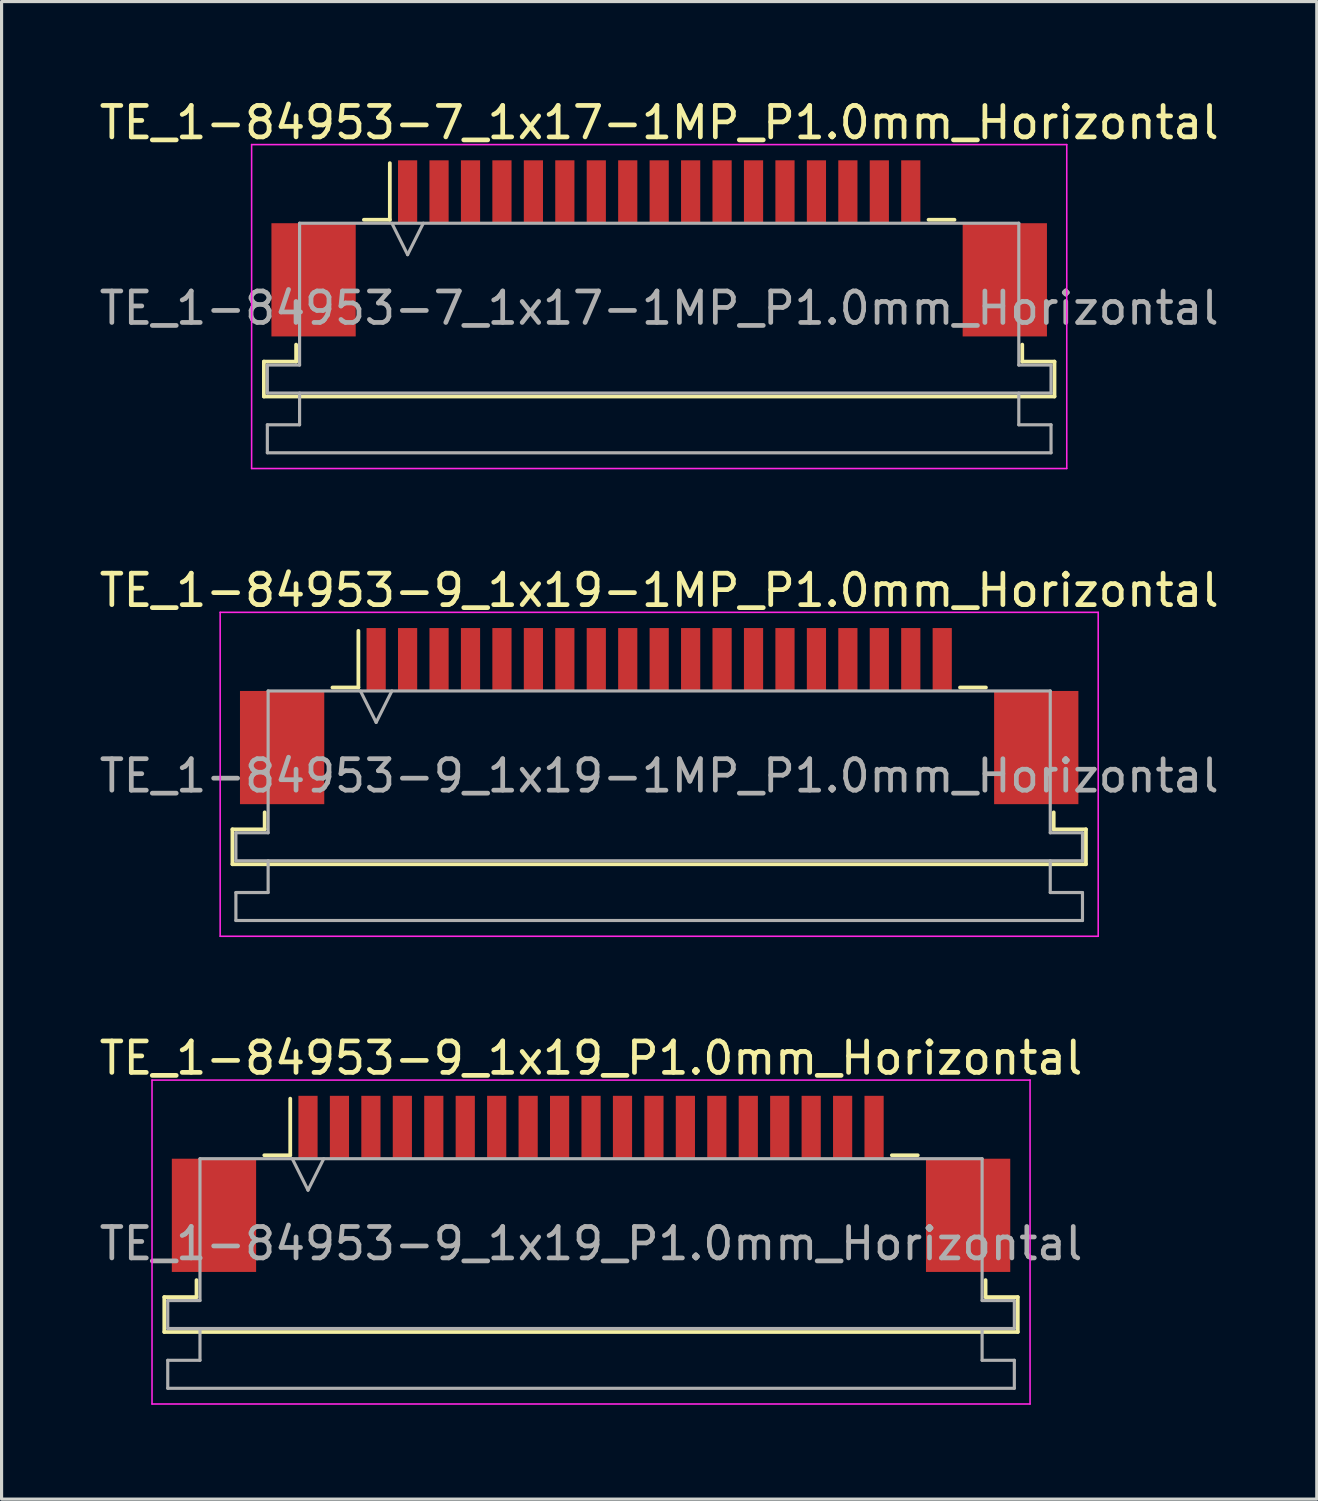
<source format=kicad_pcb>
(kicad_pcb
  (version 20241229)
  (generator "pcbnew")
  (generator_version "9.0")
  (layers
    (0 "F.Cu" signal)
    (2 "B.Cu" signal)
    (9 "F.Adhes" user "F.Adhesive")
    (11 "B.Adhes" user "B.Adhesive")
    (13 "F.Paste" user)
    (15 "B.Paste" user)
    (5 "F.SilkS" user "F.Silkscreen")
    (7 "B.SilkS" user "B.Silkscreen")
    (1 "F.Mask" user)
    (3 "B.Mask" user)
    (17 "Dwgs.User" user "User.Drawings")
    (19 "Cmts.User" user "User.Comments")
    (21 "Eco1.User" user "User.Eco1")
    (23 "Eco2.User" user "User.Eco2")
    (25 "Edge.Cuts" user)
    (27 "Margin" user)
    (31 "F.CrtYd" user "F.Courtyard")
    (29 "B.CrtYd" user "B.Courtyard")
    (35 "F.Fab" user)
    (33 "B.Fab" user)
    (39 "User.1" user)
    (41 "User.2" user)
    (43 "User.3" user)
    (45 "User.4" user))
  (footprint "TE_1-84953-7_1x17-1MP_P1.0mm_Horizontal"
    (layer "F.Cu")
    (at 17.911 4.848)
    (property "Reference" "TE_1-84953-7_1x17-1MP_P1.0mm_Horizontal" (at 0 -4 0) (layer "F.SilkS") (effects (font (size 1 1) (thickness 0.15))))
    (attr smd)
    (fp_line (start -12.57 3.6) (end -11.545 3.6) (stroke (width 0.12) (type solid)) (layer "F.SilkS"))
    (fp_line (start -12.57 4.71) (end -12.57 3.6) (stroke (width 0.12) (type solid)) (layer "F.SilkS"))
    (fp_line (start -11.545 3.6) (end -11.545 3.06) (stroke (width 0.12) (type solid)) (layer "F.SilkS"))
    (fp_line (start -9.39 -0.91) (end -8.565 -0.91) (stroke (width 0.12) (type solid)) (layer "F.SilkS"))
    (fp_line (start -8.565 -0.91) (end -8.565 -2.71) (stroke (width 0.12) (type solid)) (layer "F.SilkS"))
    (fp_line (start 8.565 -0.91) (end 9.39 -0.91) (stroke (width 0.12) (type solid)) (layer "F.SilkS"))
    (fp_line (start 11.545 3.06) (end 11.545 3.6) (stroke (width 0.12) (type solid)) (layer "F.SilkS"))
    (fp_line (start 11.545 3.6) (end 12.57 3.6) (stroke (width 0.12) (type solid)) (layer "F.SilkS"))
    (fp_line (start 12.57 3.6) (end 12.57 4.71) (stroke (width 0.12) (type solid)) (layer "F.SilkS"))
    (fp_line (start 12.57 4.71) (end -12.57 4.71) (stroke (width 0.12) (type solid)) (layer "F.SilkS"))
    (fp_line (start -12.96 -3.3) (end -12.96 7) (stroke (width 0.05) (type solid)) (layer "F.CrtYd"))
    (fp_line (start -12.96 7) (end 12.96 7) (stroke (width 0.05) (type solid)) (layer "F.CrtYd"))
    (fp_line (start 12.96 -3.3) (end -12.96 -3.3) (stroke (width 0.05) (type solid)) (layer "F.CrtYd"))
    (fp_line (start 12.96 7) (end 12.96 -3.3) (stroke (width 0.05) (type solid)) (layer "F.CrtYd"))
    (fp_line (start -12.46 3.71) (end -11.435 3.71) (stroke (width 0.1) (type solid)) (layer "F.Fab"))
    (fp_line (start -12.46 4.6) (end -12.46 3.71) (stroke (width 0.1) (type solid)) (layer "F.Fab"))
    (fp_line (start -12.46 5.61) (end -11.435 5.61) (stroke (width 0.1) (type solid)) (layer "F.Fab"))
    (fp_line (start -12.46 6.5) (end -12.46 5.61) (stroke (width 0.1) (type solid)) (layer "F.Fab"))
    (fp_line (start -11.435 -0.8) (end 11.435 -0.8) (stroke (width 0.1) (type solid)) (layer "F.Fab"))
    (fp_line (start -11.435 3.71) (end -11.435 -0.8) (stroke (width 0.1) (type solid)) (layer "F.Fab"))
    (fp_line (start -11.435 5.61) (end -11.435 4.6) (stroke (width 0.1) (type solid)) (layer "F.Fab"))
    (fp_line (start -8.5 -0.8) (end -8 0.2) (stroke (width 0.1) (type solid)) (layer "F.Fab"))
    (fp_line (start -8 0.2) (end -7.5 -0.8) (stroke (width 0.1) (type solid)) (layer "F.Fab"))
    (fp_line (start 11.435 -0.8) (end 11.435 3.71) (stroke (width 0.1) (type solid)) (layer "F.Fab"))
    (fp_line (start 11.435 3.71) (end 12.46 3.71) (stroke (width 0.1) (type solid)) (layer "F.Fab"))
    (fp_line (start 11.435 4.6) (end 11.435 5.61) (stroke (width 0.1) (type solid)) (layer "F.Fab"))
    (fp_line (start 11.435 5.61) (end 12.46 5.61) (stroke (width 0.1) (type solid)) (layer "F.Fab"))
    (fp_line (start 12.46 3.71) (end 12.46 4.6) (stroke (width 0.1) (type solid)) (layer "F.Fab"))
    (fp_line (start 12.46 4.6) (end -12.46 4.6) (stroke (width 0.1) (type solid)) (layer "F.Fab"))
    (fp_line (start 12.46 5.61) (end 12.46 6.5) (stroke (width 0.1) (type solid)) (layer "F.Fab"))
    (fp_line (start 12.46 6.5) (end -12.46 6.5) (stroke (width 0.1) (type solid)) (layer "F.Fab"))
    (fp_text user "${REFERENCE}" (at 0 1.9 0) (layer "F.Fab") (effects (font (size 1 1) (thickness 0.15))))
    (pad "1" smd rect (at -8 -1.8) (size 0.61 2) (layers "F.Cu" "F.Mask" "F.Paste"))
    (pad "2" smd rect (at -7 -1.8) (size 0.61 2) (layers "F.Cu" "F.Mask" "F.Paste"))
    (pad "3" smd rect (at -6 -1.8) (size 0.61 2) (layers "F.Cu" "F.Mask" "F.Paste"))
    (pad "4" smd rect (at -5 -1.8) (size 0.61 2) (layers "F.Cu" "F.Mask" "F.Paste"))
    (pad "5" smd rect (at -4 -1.8) (size 0.61 2) (layers "F.Cu" "F.Mask" "F.Paste"))
    (pad "6" smd rect (at -3 -1.8) (size 0.61 2) (layers "F.Cu" "F.Mask" "F.Paste"))
    (pad "7" smd rect (at -2 -1.8) (size 0.61 2) (layers "F.Cu" "F.Mask" "F.Paste"))
    (pad "8" smd rect (at -1 -1.8) (size 0.61 2) (layers "F.Cu" "F.Mask" "F.Paste"))
    (pad "9" smd rect (at 0 -1.8) (size 0.61 2) (layers "F.Cu" "F.Mask" "F.Paste"))
    (pad "10" smd rect (at 1 -1.8) (size 0.61 2) (layers "F.Cu" "F.Mask" "F.Paste"))
    (pad "11" smd rect (at 2 -1.8) (size 0.61 2) (layers "F.Cu" "F.Mask" "F.Paste"))
    (pad "12" smd rect (at 3 -1.8) (size 0.61 2) (layers "F.Cu" "F.Mask" "F.Paste"))
    (pad "13" smd rect (at 4 -1.8) (size 0.61 2) (layers "F.Cu" "F.Mask" "F.Paste"))
    (pad "14" smd rect (at 5 -1.8) (size 0.61 2) (layers "F.Cu" "F.Mask" "F.Paste"))
    (pad "15" smd rect (at 6 -1.8) (size 0.61 2) (layers "F.Cu" "F.Mask" "F.Paste"))
    (pad "16" smd rect (at 7 -1.8) (size 0.61 2) (layers "F.Cu" "F.Mask" "F.Paste"))
    (pad "17" smd rect (at 8 -1.8) (size 0.61 2) (layers "F.Cu" "F.Mask" "F.Paste"))
    (pad "MP" smd rect (at -10.99 1) (size 2.68 3.6) (layers "F.Cu" "F.Mask" "F.Paste"))
    (pad "MP" smd rect (at 10.99 1) (size 2.68 3.6) (layers "F.Cu" "F.Mask" "F.Paste")))
  (footprint "TE_1-84953-9_1x19-1MP_P1.0mm_Horizontal"
    (layer "F.Cu")
    (at 17.911 19.721)
    (property "Reference" "TE_1-84953-9_1x19-1MP_P1.0mm_Horizontal" (at 0 -4 0) (layer "F.SilkS") (effects (font (size 1 1) (thickness 0.15))))
    (attr smd)
    (fp_line (start -13.57 3.6) (end -12.545 3.6) (stroke (width 0.12) (type solid)) (layer "F.SilkS"))
    (fp_line (start -13.57 4.71) (end -13.57 3.6) (stroke (width 0.12) (type solid)) (layer "F.SilkS"))
    (fp_line (start -12.545 3.6) (end -12.545 3.06) (stroke (width 0.12) (type solid)) (layer "F.SilkS"))
    (fp_line (start -10.39 -0.91) (end -9.565 -0.91) (stroke (width 0.12) (type solid)) (layer "F.SilkS"))
    (fp_line (start -9.565 -0.91) (end -9.565 -2.71) (stroke (width 0.12) (type solid)) (layer "F.SilkS"))
    (fp_line (start 9.565 -0.91) (end 10.39 -0.91) (stroke (width 0.12) (type solid)) (layer "F.SilkS"))
    (fp_line (start 12.545 3.06) (end 12.545 3.6) (stroke (width 0.12) (type solid)) (layer "F.SilkS"))
    (fp_line (start 12.545 3.6) (end 13.57 3.6) (stroke (width 0.12) (type solid)) (layer "F.SilkS"))
    (fp_line (start 13.57 3.6) (end 13.57 4.71) (stroke (width 0.12) (type solid)) (layer "F.SilkS"))
    (fp_line (start 13.57 4.71) (end -13.57 4.71) (stroke (width 0.12) (type solid)) (layer "F.SilkS"))
    (fp_line (start -13.96 -3.3) (end -13.96 7) (stroke (width 0.05) (type solid)) (layer "F.CrtYd"))
    (fp_line (start -13.96 7) (end 13.96 7) (stroke (width 0.05) (type solid)) (layer "F.CrtYd"))
    (fp_line (start 13.96 -3.3) (end -13.96 -3.3) (stroke (width 0.05) (type solid)) (layer "F.CrtYd"))
    (fp_line (start 13.96 7) (end 13.96 -3.3) (stroke (width 0.05) (type solid)) (layer "F.CrtYd"))
    (fp_line (start -13.46 3.71) (end -12.435 3.71) (stroke (width 0.1) (type solid)) (layer "F.Fab"))
    (fp_line (start -13.46 4.6) (end -13.46 3.71) (stroke (width 0.1) (type solid)) (layer "F.Fab"))
    (fp_line (start -13.46 5.61) (end -12.435 5.61) (stroke (width 0.1) (type solid)) (layer "F.Fab"))
    (fp_line (start -13.46 6.5) (end -13.46 5.61) (stroke (width 0.1) (type solid)) (layer "F.Fab"))
    (fp_line (start -12.435 -0.8) (end 12.435 -0.8) (stroke (width 0.1) (type solid)) (layer "F.Fab"))
    (fp_line (start -12.435 3.71) (end -12.435 -0.8) (stroke (width 0.1) (type solid)) (layer "F.Fab"))
    (fp_line (start -12.435 5.61) (end -12.435 4.6) (stroke (width 0.1) (type solid)) (layer "F.Fab"))
    (fp_line (start -9.5 -0.8) (end -9 0.2) (stroke (width 0.1) (type solid)) (layer "F.Fab"))
    (fp_line (start -9 0.2) (end -8.5 -0.8) (stroke (width 0.1) (type solid)) (layer "F.Fab"))
    (fp_line (start 12.435 -0.8) (end 12.435 3.71) (stroke (width 0.1) (type solid)) (layer "F.Fab"))
    (fp_line (start 12.435 3.71) (end 13.46 3.71) (stroke (width 0.1) (type solid)) (layer "F.Fab"))
    (fp_line (start 12.435 4.6) (end 12.435 5.61) (stroke (width 0.1) (type solid)) (layer "F.Fab"))
    (fp_line (start 12.435 5.61) (end 13.46 5.61) (stroke (width 0.1) (type solid)) (layer "F.Fab"))
    (fp_line (start 13.46 3.71) (end 13.46 4.6) (stroke (width 0.1) (type solid)) (layer "F.Fab"))
    (fp_line (start 13.46 4.6) (end -13.46 4.6) (stroke (width 0.1) (type solid)) (layer "F.Fab"))
    (fp_line (start 13.46 5.61) (end 13.46 6.5) (stroke (width 0.1) (type solid)) (layer "F.Fab"))
    (fp_line (start 13.46 6.5) (end -13.46 6.5) (stroke (width 0.1) (type solid)) (layer "F.Fab"))
    (fp_text user "${REFERENCE}" (at 0 1.9 0) (layer "F.Fab") (effects (font (size 1 1) (thickness 0.15))))
    (pad "1" smd rect (at -9 -1.8) (size 0.61 2) (layers "F.Cu" "F.Mask" "F.Paste"))
    (pad "2" smd rect (at -8 -1.8) (size 0.61 2) (layers "F.Cu" "F.Mask" "F.Paste"))
    (pad "3" smd rect (at -7 -1.8) (size 0.61 2) (layers "F.Cu" "F.Mask" "F.Paste"))
    (pad "4" smd rect (at -6 -1.8) (size 0.61 2) (layers "F.Cu" "F.Mask" "F.Paste"))
    (pad "5" smd rect (at -5 -1.8) (size 0.61 2) (layers "F.Cu" "F.Mask" "F.Paste"))
    (pad "6" smd rect (at -4 -1.8) (size 0.61 2) (layers "F.Cu" "F.Mask" "F.Paste"))
    (pad "7" smd rect (at -3 -1.8) (size 0.61 2) (layers "F.Cu" "F.Mask" "F.Paste"))
    (pad "8" smd rect (at -2 -1.8) (size 0.61 2) (layers "F.Cu" "F.Mask" "F.Paste"))
    (pad "9" smd rect (at -1 -1.8) (size 0.61 2) (layers "F.Cu" "F.Mask" "F.Paste"))
    (pad "10" smd rect (at 0 -1.8) (size 0.61 2) (layers "F.Cu" "F.Mask" "F.Paste"))
    (pad "11" smd rect (at 1 -1.8) (size 0.61 2) (layers "F.Cu" "F.Mask" "F.Paste"))
    (pad "12" smd rect (at 2 -1.8) (size 0.61 2) (layers "F.Cu" "F.Mask" "F.Paste"))
    (pad "13" smd rect (at 3 -1.8) (size 0.61 2) (layers "F.Cu" "F.Mask" "F.Paste"))
    (pad "14" smd rect (at 4 -1.8) (size 0.61 2) (layers "F.Cu" "F.Mask" "F.Paste"))
    (pad "15" smd rect (at 5 -1.8) (size 0.61 2) (layers "F.Cu" "F.Mask" "F.Paste"))
    (pad "16" smd rect (at 6 -1.8) (size 0.61 2) (layers "F.Cu" "F.Mask" "F.Paste"))
    (pad "17" smd rect (at 7 -1.8) (size 0.61 2) (layers "F.Cu" "F.Mask" "F.Paste"))
    (pad "18" smd rect (at 8 -1.8) (size 0.61 2) (layers "F.Cu" "F.Mask" "F.Paste"))
    (pad "19" smd rect (at 9 -1.8) (size 0.61 2) (layers "F.Cu" "F.Mask" "F.Paste"))
    (pad "MP" smd rect (at -11.99 1) (size 2.68 3.6) (layers "F.Cu" "F.Mask" "F.Paste"))
    (pad "MP" smd rect (at 11.99 1) (size 2.68 3.6) (layers "F.Cu" "F.Mask" "F.Paste")))
  (footprint "TE_1-84953-9_1x19_P1.0mm_Horizontal"
    (layer "F.Cu")
    (at 15.744 34.595)
    (property "Reference" "TE_1-84953-9_1x19_P1.0mm_Horizontal" (at 0 -4 0) (layer "F.SilkS") (effects (font (size 1 1) (thickness 0.15))))
    (attr smd)
    (fp_line (start -13.57 3.6) (end -12.545 3.6) (stroke (width 0.12) (type solid)) (layer "F.SilkS"))
    (fp_line (start -13.57 4.71) (end -13.57 3.6) (stroke (width 0.12) (type solid)) (layer "F.SilkS"))
    (fp_line (start -12.545 3.6) (end -12.545 3.06) (stroke (width 0.12) (type solid)) (layer "F.SilkS"))
    (fp_line (start -10.39 -0.91) (end -9.565 -0.91) (stroke (width 0.12) (type solid)) (layer "F.SilkS"))
    (fp_line (start -9.565 -0.91) (end -9.565 -2.71) (stroke (width 0.12) (type solid)) (layer "F.SilkS"))
    (fp_line (start 9.565 -0.91) (end 10.39 -0.91) (stroke (width 0.12) (type solid)) (layer "F.SilkS"))
    (fp_line (start 12.545 3.06) (end 12.545 3.6) (stroke (width 0.12) (type solid)) (layer "F.SilkS"))
    (fp_line (start 12.545 3.6) (end 13.57 3.6) (stroke (width 0.12) (type solid)) (layer "F.SilkS"))
    (fp_line (start 13.57 3.6) (end 13.57 4.71) (stroke (width 0.12) (type solid)) (layer "F.SilkS"))
    (fp_line (start 13.57 4.71) (end -13.57 4.71) (stroke (width 0.12) (type solid)) (layer "F.SilkS"))
    (fp_line (start -13.96 -3.3) (end -13.96 7) (stroke (width 0.05) (type solid)) (layer "F.CrtYd"))
    (fp_line (start -13.96 7) (end 13.96 7) (stroke (width 0.05) (type solid)) (layer "F.CrtYd"))
    (fp_line (start 13.96 -3.3) (end -13.96 -3.3) (stroke (width 0.05) (type solid)) (layer "F.CrtYd"))
    (fp_line (start 13.96 7) (end 13.96 -3.3) (stroke (width 0.05) (type solid)) (layer "F.CrtYd"))
    (fp_line (start -13.46 3.71) (end -12.435 3.71) (stroke (width 0.1) (type solid)) (layer "F.Fab"))
    (fp_line (start -13.46 4.6) (end -13.46 3.71) (stroke (width 0.1) (type solid)) (layer "F.Fab"))
    (fp_line (start -13.46 5.61) (end -12.435 5.61) (stroke (width 0.1) (type solid)) (layer "F.Fab"))
    (fp_line (start -13.46 6.5) (end -13.46 5.61) (stroke (width 0.1) (type solid)) (layer "F.Fab"))
    (fp_line (start -12.435 -0.8) (end 12.435 -0.8) (stroke (width 0.1) (type solid)) (layer "F.Fab"))
    (fp_line (start -12.435 3.71) (end -12.435 -0.8) (stroke (width 0.1) (type solid)) (layer "F.Fab"))
    (fp_line (start -12.435 5.61) (end -12.435 4.6) (stroke (width 0.1) (type solid)) (layer "F.Fab"))
    (fp_line (start -9.5 -0.8) (end -9 0.2) (stroke (width 0.1) (type solid)) (layer "F.Fab"))
    (fp_line (start -9 0.2) (end -8.5 -0.8) (stroke (width 0.1) (type solid)) (layer "F.Fab"))
    (fp_line (start 12.435 -0.8) (end 12.435 3.71) (stroke (width 0.1) (type solid)) (layer "F.Fab"))
    (fp_line (start 12.435 3.71) (end 13.46 3.71) (stroke (width 0.1) (type solid)) (layer "F.Fab"))
    (fp_line (start 12.435 4.6) (end 12.435 5.61) (stroke (width 0.1) (type solid)) (layer "F.Fab"))
    (fp_line (start 12.435 5.61) (end 13.46 5.61) (stroke (width 0.1) (type solid)) (layer "F.Fab"))
    (fp_line (start 13.46 3.71) (end 13.46 4.6) (stroke (width 0.1) (type solid)) (layer "F.Fab"))
    (fp_line (start 13.46 4.6) (end -13.46 4.6) (stroke (width 0.1) (type solid)) (layer "F.Fab"))
    (fp_line (start 13.46 5.61) (end 13.46 6.5) (stroke (width 0.1) (type solid)) (layer "F.Fab"))
    (fp_line (start 13.46 6.5) (end -13.46 6.5) (stroke (width 0.1) (type solid)) (layer "F.Fab"))
    (fp_text user "${REFERENCE}" (at 0 1.9 0) (layer "F.Fab") (effects (font (size 1 1) (thickness 0.15))))
    (pad "" smd rect (at -11.99 1) (size 2.68 3.6) (layers "F.Cu" "F.Mask" "F.Paste"))
    (pad "" smd rect (at 11.99 1) (size 2.68 3.6) (layers "F.Cu" "F.Mask" "F.Paste"))
    (pad "1" smd rect (at -9 -1.8) (size 0.61 2) (layers "F.Cu" "F.Mask" "F.Paste"))
    (pad "2" smd rect (at -8 -1.8) (size 0.61 2) (layers "F.Cu" "F.Mask" "F.Paste"))
    (pad "3" smd rect (at -7 -1.8) (size 0.61 2) (layers "F.Cu" "F.Mask" "F.Paste"))
    (pad "4" smd rect (at -6 -1.8) (size 0.61 2) (layers "F.Cu" "F.Mask" "F.Paste"))
    (pad "5" smd rect (at -5 -1.8) (size 0.61 2) (layers "F.Cu" "F.Mask" "F.Paste"))
    (pad "6" smd rect (at -4 -1.8) (size 0.61 2) (layers "F.Cu" "F.Mask" "F.Paste"))
    (pad "7" smd rect (at -3 -1.8) (size 0.61 2) (layers "F.Cu" "F.Mask" "F.Paste"))
    (pad "8" smd rect (at -2 -1.8) (size 0.61 2) (layers "F.Cu" "F.Mask" "F.Paste"))
    (pad "9" smd rect (at -1 -1.8) (size 0.61 2) (layers "F.Cu" "F.Mask" "F.Paste"))
    (pad "10" smd rect (at 0 -1.8) (size 0.61 2) (layers "F.Cu" "F.Mask" "F.Paste"))
    (pad "11" smd rect (at 1 -1.8) (size 0.61 2) (layers "F.Cu" "F.Mask" "F.Paste"))
    (pad "12" smd rect (at 2 -1.8) (size 0.61 2) (layers "F.Cu" "F.Mask" "F.Paste"))
    (pad "13" smd rect (at 3 -1.8) (size 0.61 2) (layers "F.Cu" "F.Mask" "F.Paste"))
    (pad "14" smd rect (at 4 -1.8) (size 0.61 2) (layers "F.Cu" "F.Mask" "F.Paste"))
    (pad "15" smd rect (at 5 -1.8) (size 0.61 2) (layers "F.Cu" "F.Mask" "F.Paste"))
    (pad "16" smd rect (at 6 -1.8) (size 0.61 2) (layers "F.Cu" "F.Mask" "F.Paste"))
    (pad "17" smd rect (at 7 -1.8) (size 0.61 2) (layers "F.Cu" "F.Mask" "F.Paste"))
    (pad "18" smd rect (at 8 -1.8) (size 0.61 2) (layers "F.Cu" "F.Mask" "F.Paste"))
    (pad "19" smd rect (at 9 -1.8) (size 0.61 2) (layers "F.Cu" "F.Mask" "F.Paste")))
  (gr_rect
    (start -3 -3)
    (end 38.821 44.62)
    (stroke (width 0.1) (type default))
    (fill no)
    (layer "Edge.Cuts")))
</source>
